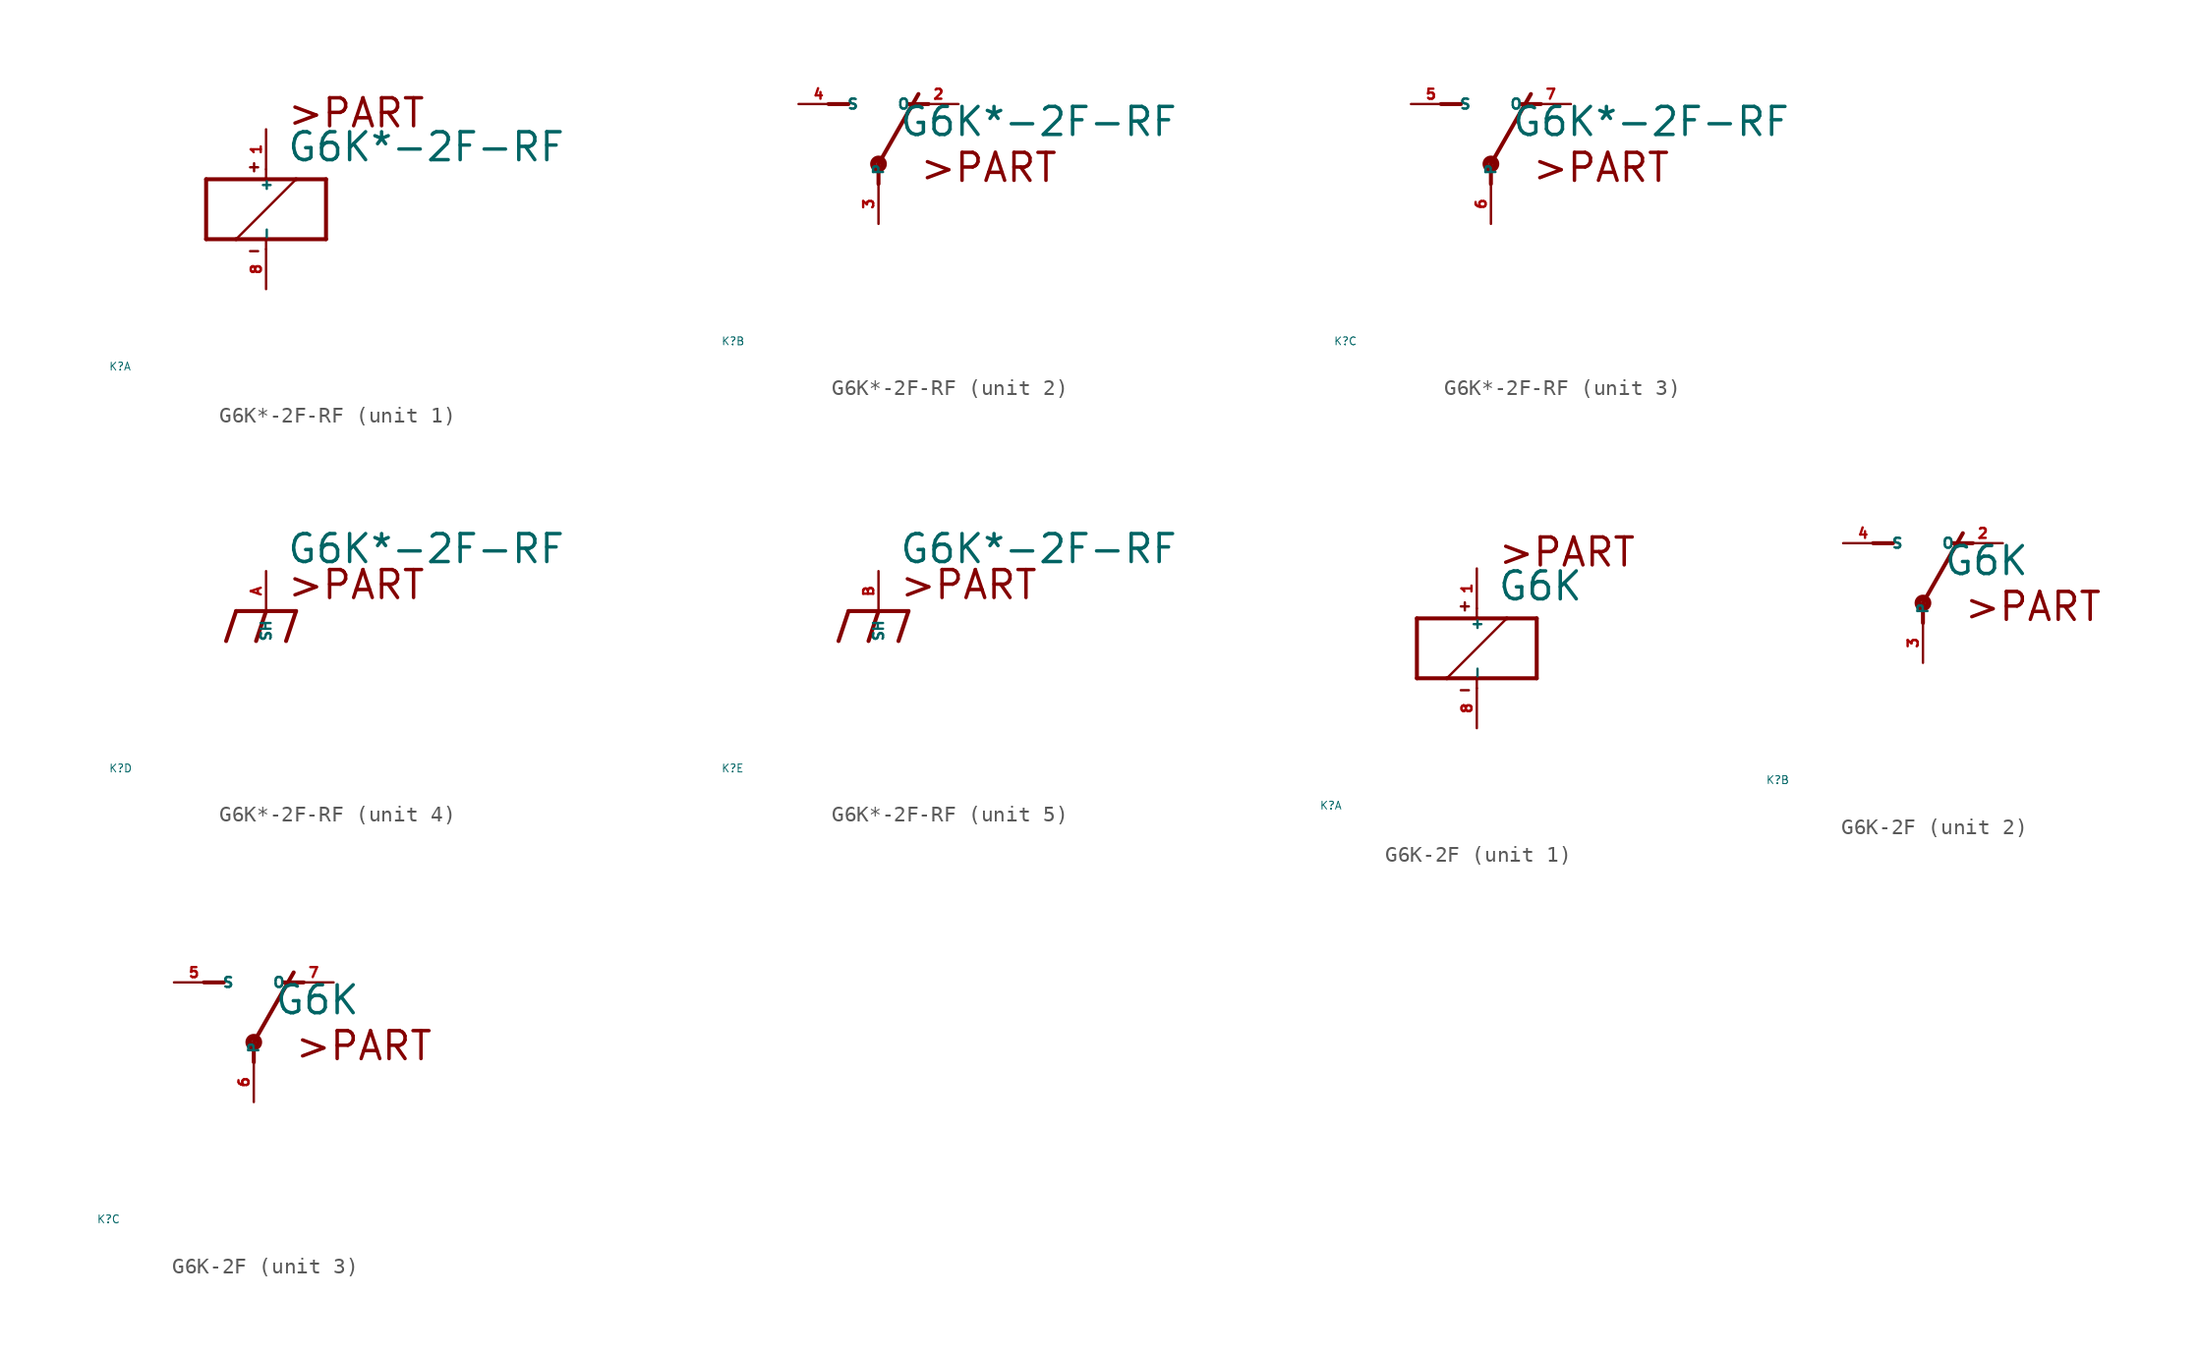
<source format=kicad_sym>
(kicad_symbol_lib
  (version 20220914)
  (generator Eagle2Kicad)
  (symbol "G6K*-2F-RF"
    (property "Reference" "K"
      (at -10 -10 0)
      (effects (font (size 0.5 0.5) (thickness 0.06)) (justify left)))
    (property "Value" "G6K*-2F-RF"
      (at 1.27 2.921 0)
      (effects (font (size 1.778 1.778) (thickness 0.22)) (justify left bottom)))
    (symbol "G6K*-2F-RF_1_0"
      (polyline (pts (xy -3.81 -1.905) (xy -1.905 -1.905)) (stroke (width 0.254) (type default)) (fill (type none)))
      (polyline (pts (xy 3.81 -1.905) (xy 3.81 1.905)) (stroke (width 0.254) (type default)) (fill (type none)))
      (polyline (pts (xy 3.81 1.905) (xy 1.905 1.905)) (stroke (width 0.254) (type default)) (fill (type none)))
      (polyline (pts (xy -3.81 1.905) (xy -3.81 -1.905)) (stroke (width 0.254) (type default)) (fill (type none)))
      (polyline (pts (xy 0 -2.54) (xy 0 -1.905)) (stroke (width 0.152) (type default)) (fill (type none)))
      (polyline (pts (xy 0 -1.905) (xy 3.81 -1.905)) (stroke (width 0.254) (type default)) (fill (type none)))
      (polyline (pts (xy 0 2.54) (xy 0 1.905)) (stroke (width 0.152) (type default)) (fill (type none)))
      (polyline (pts (xy 0 1.905) (xy -3.81 1.905)) (stroke (width 0.254) (type default)) (fill (type none)))
      (polyline (pts (xy -1.905 -1.905) (xy 1.905 1.905)) (stroke (width 0.152) (type default)) (fill (type none)))
      (polyline (pts (xy -1.905 -1.905) (xy 0 -1.905)) (stroke (width 0.254) (type default)) (fill (type none)))
      (polyline (pts (xy 1.905 1.905) (xy 0 1.905)) (stroke (width 0.254) (type default)) (fill (type none)))
      (polyline (pts (xy -1.016 2.667) (xy -0.508 2.667)) (stroke (width 0.152) (type default)) (fill (type none)))
      (polyline (pts (xy -0.762 2.921) (xy -0.762 2.413)) (stroke (width 0.152) (type default)) (fill (type none)))
      (polyline (pts (xy -1.016 -2.667) (xy -0.508 -2.667)) (stroke (width 0.152) (type default)) (fill (type none)))
      (text ">PART" (at 1.27 5.08 0) (effects (font (size 1.778 1.778) (thickness 0.22)) (justify left bottom)))
      (pin passive line (at 0 -5.08 90) (length 2.54) (name "-" (effects (font (size 0.635 0.635) (thickness 0.08)) (justify left bottom))) (number "8" (effects (font (size 0.635 0.635) (thickness 0.08)) (justify left bottom))))
      (pin passive line (at 0 5.08 270) (length 2.54) (name "+" (effects (font (size 0.635 0.635) (thickness 0.08)) (justify left bottom))) (number "1" (effects (font (size 0.635 0.635) (thickness 0.08)) (justify left bottom)))))
    (symbol "G6K*-2F-RF_2_0"
      (polyline (pts (xy 3.175 5.08) (xy 1.905 5.08)) (stroke (width 0.254) (type default)) (fill (type none)))
      (polyline (pts (xy -3.175 5.08) (xy -1.905 5.08)) (stroke (width 0.254) (type default)) (fill (type none)))
      (polyline (pts (xy 0 1.27) (xy 2.54 5.715)) (stroke (width 0.254) (type default)) (fill (type none)))
      (polyline (pts (xy 0 1.27) (xy 0 0)) (stroke (width 0.254) (type default)) (fill (type none)))
      (text ">PART" (at 2.54 0 0) (effects (font (size 1.778 1.778) (thickness 0.22)) (justify left bottom)))
      (circle (center 0 1.27) (radius 0.127) (stroke (width 0.406) (type default)) (fill (type none)))
      (pin passive line (at 5.08 5.08 180) (length 2.54) (name "O" (effects (font (size 0.635 0.635) (thickness 0.08)) (justify left bottom))) (number "2" (effects (font (size 0.635 0.635) (thickness 0.08)) (justify left bottom))))
      (pin passive line (at -5.08 5.08 0) (length 2.54) (name "S" (effects (font (size 0.635 0.635) (thickness 0.08)) (justify left bottom))) (number "4" (effects (font (size 0.635 0.635) (thickness 0.08)) (justify left bottom))))
      (pin passive line (at 0 -2.54 90) (length 2.54) (name "P" (effects (font (size 0.635 0.635) (thickness 0.08)) (justify left bottom))) (number "3" (effects (font (size 0.635 0.635) (thickness 0.08)) (justify left bottom)))))
    (symbol "G6K*-2F-RF_3_0"
      (polyline (pts (xy 3.175 5.08) (xy 1.905 5.08)) (stroke (width 0.254) (type default)) (fill (type none)))
      (polyline (pts (xy -3.175 5.08) (xy -1.905 5.08)) (stroke (width 0.254) (type default)) (fill (type none)))
      (polyline (pts (xy 0 1.27) (xy 2.54 5.715)) (stroke (width 0.254) (type default)) (fill (type none)))
      (polyline (pts (xy 0 1.27) (xy 0 0)) (stroke (width 0.254) (type default)) (fill (type none)))
      (text ">PART" (at 2.54 0 0) (effects (font (size 1.778 1.778) (thickness 0.22)) (justify left bottom)))
      (circle (center 0 1.27) (radius 0.127) (stroke (width 0.406) (type default)) (fill (type none)))
      (pin passive line (at 5.08 5.08 180) (length 2.54) (name "O" (effects (font (size 0.635 0.635) (thickness 0.08)) (justify left bottom))) (number "7" (effects (font (size 0.635 0.635) (thickness 0.08)) (justify left bottom))))
      (pin passive line (at -5.08 5.08 0) (length 2.54) (name "S" (effects (font (size 0.635 0.635) (thickness 0.08)) (justify left bottom))) (number "5" (effects (font (size 0.635 0.635) (thickness 0.08)) (justify left bottom))))
      (pin passive line (at 0 -2.54 90) (length 2.54) (name "P" (effects (font (size 0.635 0.635) (thickness 0.08)) (justify left bottom))) (number "6" (effects (font (size 0.635 0.635) (thickness 0.08)) (justify left bottom)))))
    (symbol "G6K*-2F-RF_4_0"
      (polyline (pts (xy -1.905 0) (xy 0 0)) (stroke (width 0.254) (type default)) (fill (type none)))
      (polyline (pts (xy 0 0) (xy 1.905 0)) (stroke (width 0.254) (type default)) (fill (type none)))
      (polyline (pts (xy 1.905 0) (xy 1.27 -1.905)) (stroke (width 0.254) (type default)) (fill (type none)))
      (polyline (pts (xy -1.905 0) (xy -2.54 -1.905)) (stroke (width 0.254) (type default)) (fill (type none)))
      (polyline (pts (xy 0 0) (xy -0.635 -1.905)) (stroke (width 0.254) (type default)) (fill (type none)))
      (text ">PART" (at 1.27 0.635 0) (effects (font (size 1.778 1.778) (thickness 0.22)) (justify left bottom)))
      (pin passive line (at 0 2.54 270) (length 2.54) (name "SH" (effects (font (size 0.635 0.635) (thickness 0.08)) (justify left bottom))) (number "A" (effects (font (size 0.635 0.635) (thickness 0.08)) (justify left bottom)))))
    (symbol "G6K*-2F-RF_5_0"
      (polyline (pts (xy -1.905 0) (xy 0 0)) (stroke (width 0.254) (type default)) (fill (type none)))
      (polyline (pts (xy 0 0) (xy 1.905 0)) (stroke (width 0.254) (type default)) (fill (type none)))
      (polyline (pts (xy 1.905 0) (xy 1.27 -1.905)) (stroke (width 0.254) (type default)) (fill (type none)))
      (polyline (pts (xy -1.905 0) (xy -2.54 -1.905)) (stroke (width 0.254) (type default)) (fill (type none)))
      (polyline (pts (xy 0 0) (xy -0.635 -1.905)) (stroke (width 0.254) (type default)) (fill (type none)))
      (text ">PART" (at 1.27 0.635 0) (effects (font (size 1.778 1.778) (thickness 0.22)) (justify left bottom)))
      (pin passive line (at 0 2.54 270) (length 2.54) (name "SH" (effects (font (size 0.635 0.635) (thickness 0.08)) (justify left bottom))) (number "B" (effects (font (size 0.635 0.635) (thickness 0.08)) (justify left bottom))))))
  (symbol "G6K-2F"
    (property "Reference" "K"
      (at -10 -10 0)
      (effects (font (size 0.5 0.5) (thickness 0.06)) (justify left)))
    (property "Value" "G6K"
      (at 1.27 2.921 0)
      (effects (font (size 1.778 1.778) (thickness 0.22)) (justify left bottom)))
    (symbol "G6K-2F_1_0"
      (polyline (pts (xy -3.81 -1.905) (xy -1.905 -1.905)) (stroke (width 0.254) (type default)) (fill (type none)))
      (polyline (pts (xy 3.81 -1.905) (xy 3.81 1.905)) (stroke (width 0.254) (type default)) (fill (type none)))
      (polyline (pts (xy 3.81 1.905) (xy 1.905 1.905)) (stroke (width 0.254) (type default)) (fill (type none)))
      (polyline (pts (xy -3.81 1.905) (xy -3.81 -1.905)) (stroke (width 0.254) (type default)) (fill (type none)))
      (polyline (pts (xy 0 -2.54) (xy 0 -1.905)) (stroke (width 0.152) (type default)) (fill (type none)))
      (polyline (pts (xy 0 -1.905) (xy 3.81 -1.905)) (stroke (width 0.254) (type default)) (fill (type none)))
      (polyline (pts (xy 0 2.54) (xy 0 1.905)) (stroke (width 0.152) (type default)) (fill (type none)))
      (polyline (pts (xy 0 1.905) (xy -3.81 1.905)) (stroke (width 0.254) (type default)) (fill (type none)))
      (polyline (pts (xy -1.905 -1.905) (xy 1.905 1.905)) (stroke (width 0.152) (type default)) (fill (type none)))
      (polyline (pts (xy -1.905 -1.905) (xy 0 -1.905)) (stroke (width 0.254) (type default)) (fill (type none)))
      (polyline (pts (xy 1.905 1.905) (xy 0 1.905)) (stroke (width 0.254) (type default)) (fill (type none)))
      (polyline (pts (xy -1.016 2.667) (xy -0.508 2.667)) (stroke (width 0.152) (type default)) (fill (type none)))
      (polyline (pts (xy -0.762 2.921) (xy -0.762 2.413)) (stroke (width 0.152) (type default)) (fill (type none)))
      (polyline (pts (xy -1.016 -2.667) (xy -0.508 -2.667)) (stroke (width 0.152) (type default)) (fill (type none)))
      (text ">PART" (at 1.27 5.08 0) (effects (font (size 1.778 1.778) (thickness 0.22)) (justify left bottom)))
      (pin passive line (at 0 -5.08 90) (length 2.54) (name "-" (effects (font (size 0.635 0.635) (thickness 0.08)) (justify left bottom))) (number "8" (effects (font (size 0.635 0.635) (thickness 0.08)) (justify left bottom))))
      (pin passive line (at 0 5.08 270) (length 2.54) (name "+" (effects (font (size 0.635 0.635) (thickness 0.08)) (justify left bottom))) (number "1" (effects (font (size 0.635 0.635) (thickness 0.08)) (justify left bottom)))))
    (symbol "G6K-2F_2_0"
      (polyline (pts (xy 3.175 5.08) (xy 1.905 5.08)) (stroke (width 0.254) (type default)) (fill (type none)))
      (polyline (pts (xy -3.175 5.08) (xy -1.905 5.08)) (stroke (width 0.254) (type default)) (fill (type none)))
      (polyline (pts (xy 0 1.27) (xy 2.54 5.715)) (stroke (width 0.254) (type default)) (fill (type none)))
      (polyline (pts (xy 0 1.27) (xy 0 0)) (stroke (width 0.254) (type default)) (fill (type none)))
      (text ">PART" (at 2.54 0 0) (effects (font (size 1.778 1.778) (thickness 0.22)) (justify left bottom)))
      (circle (center 0 1.27) (radius 0.127) (stroke (width 0.406) (type default)) (fill (type none)))
      (pin passive line (at 5.08 5.08 180) (length 2.54) (name "O" (effects (font (size 0.635 0.635) (thickness 0.08)) (justify left bottom))) (number "2" (effects (font (size 0.635 0.635) (thickness 0.08)) (justify left bottom))))
      (pin passive line (at -5.08 5.08 0) (length 2.54) (name "S" (effects (font (size 0.635 0.635) (thickness 0.08)) (justify left bottom))) (number "4" (effects (font (size 0.635 0.635) (thickness 0.08)) (justify left bottom))))
      (pin passive line (at 0 -2.54 90) (length 2.54) (name "P" (effects (font (size 0.635 0.635) (thickness 0.08)) (justify left bottom))) (number "3" (effects (font (size 0.635 0.635) (thickness 0.08)) (justify left bottom)))))
    (symbol "G6K-2F_3_0"
      (polyline (pts (xy 3.175 5.08) (xy 1.905 5.08)) (stroke (width 0.254) (type default)) (fill (type none)))
      (polyline (pts (xy -3.175 5.08) (xy -1.905 5.08)) (stroke (width 0.254) (type default)) (fill (type none)))
      (polyline (pts (xy 0 1.27) (xy 2.54 5.715)) (stroke (width 0.254) (type default)) (fill (type none)))
      (polyline (pts (xy 0 1.27) (xy 0 0)) (stroke (width 0.254) (type default)) (fill (type none)))
      (text ">PART" (at 2.54 0 0) (effects (font (size 1.778 1.778) (thickness 0.22)) (justify left bottom)))
      (circle (center 0 1.27) (radius 0.127) (stroke (width 0.406) (type default)) (fill (type none)))
      (pin passive line (at 5.08 5.08 180) (length 2.54) (name "O" (effects (font (size 0.635 0.635) (thickness 0.08)) (justify left bottom))) (number "7" (effects (font (size 0.635 0.635) (thickness 0.08)) (justify left bottom))))
      (pin passive line (at -5.08 5.08 0) (length 2.54) (name "S" (effects (font (size 0.635 0.635) (thickness 0.08)) (justify left bottom))) (number "5" (effects (font (size 0.635 0.635) (thickness 0.08)) (justify left bottom))))
      (pin passive line (at 0 -2.54 90) (length 2.54) (name "P" (effects (font (size 0.635 0.635) (thickness 0.08)) (justify left bottom))) (number "6" (effects (font (size 0.635 0.635) (thickness 0.08)) (justify left bottom)))))))
</source>
